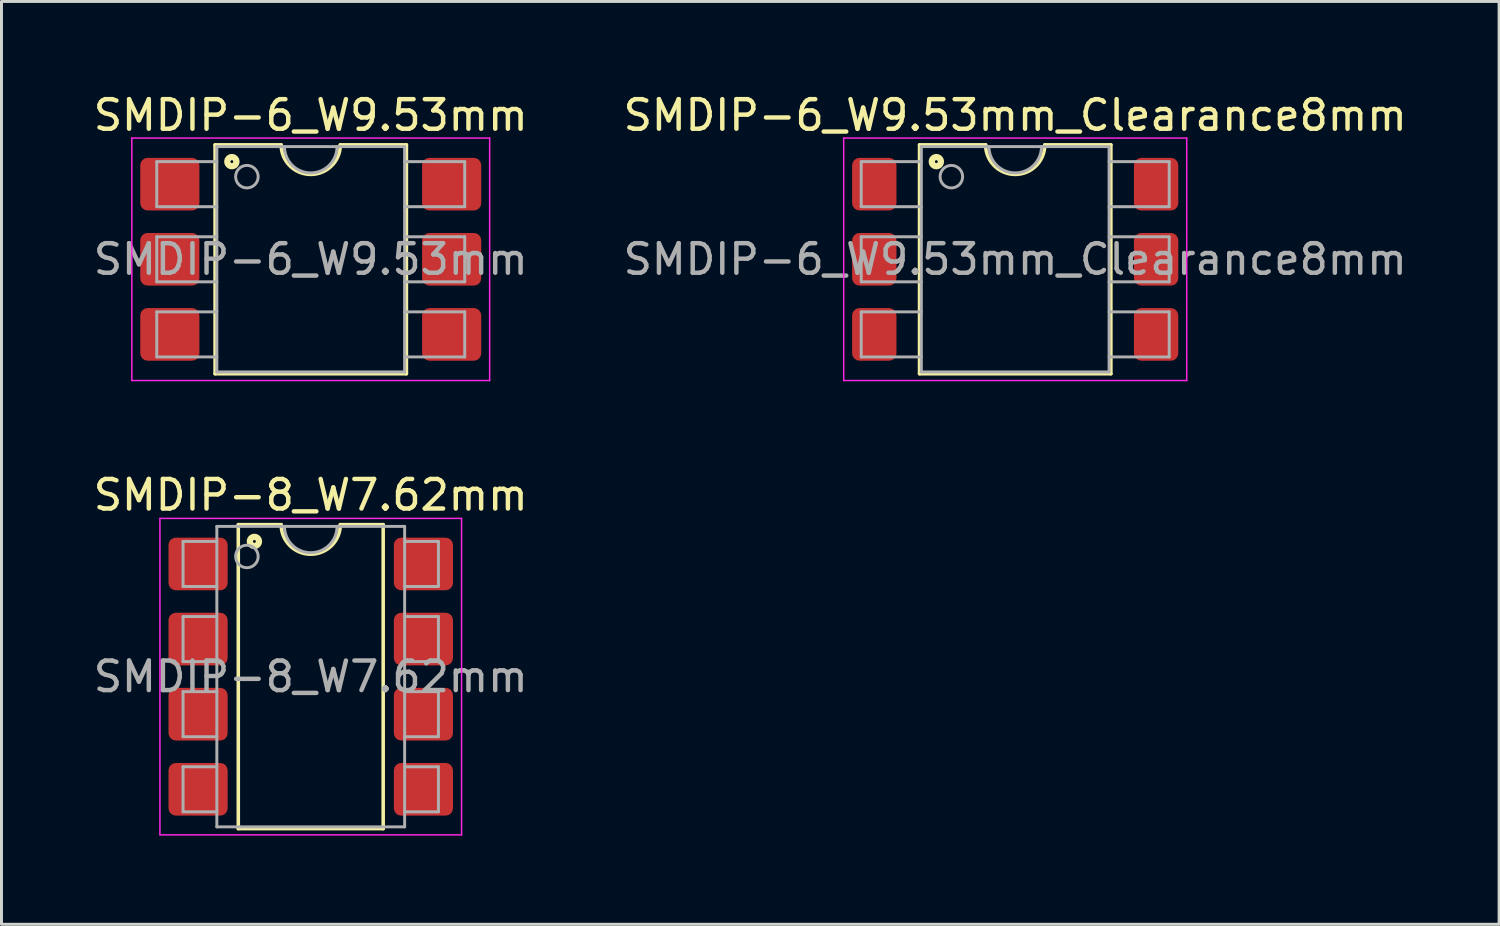
<source format=kicad_pcb>
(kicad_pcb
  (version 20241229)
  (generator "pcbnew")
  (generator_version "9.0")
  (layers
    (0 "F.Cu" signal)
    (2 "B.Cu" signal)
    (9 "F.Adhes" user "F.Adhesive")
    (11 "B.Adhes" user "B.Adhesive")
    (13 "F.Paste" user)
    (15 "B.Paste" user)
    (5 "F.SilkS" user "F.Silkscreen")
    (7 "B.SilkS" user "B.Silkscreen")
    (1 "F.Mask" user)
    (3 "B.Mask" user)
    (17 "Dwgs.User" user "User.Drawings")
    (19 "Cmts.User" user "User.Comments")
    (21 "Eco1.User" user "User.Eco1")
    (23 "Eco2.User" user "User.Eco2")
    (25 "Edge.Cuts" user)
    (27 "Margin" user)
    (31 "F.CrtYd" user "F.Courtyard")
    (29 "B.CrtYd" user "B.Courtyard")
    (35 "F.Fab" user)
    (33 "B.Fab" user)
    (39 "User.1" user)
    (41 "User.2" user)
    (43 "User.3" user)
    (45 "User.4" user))
  (footprint "SMDIP-6_W9.53mm"
    (layer "F.Cu")
    (at 7.458 5.718)
    (property "Reference" "SMDIP-6_W9.53mm" (at 0 -4.87 0) (layer "F.SilkS") (effects (font (size 1 1) (thickness 0.15))))
    (attr smd)
    (fp_line (start -3.235 -3.87) (end -3.235 3.87) (stroke (width 0.12) (type solid)) (layer "F.SilkS"))
    (fp_line (start -3.235 3.87) (end 3.235 3.87) (stroke (width 0.12) (type solid)) (layer "F.SilkS"))
    (fp_line (start -1 -3.87) (end -3.235 -3.87) (stroke (width 0.12) (type solid)) (layer "F.SilkS"))
    (fp_line (start 3.235 -3.87) (end 1 -3.87) (stroke (width 0.12) (type solid)) (layer "F.SilkS"))
    (fp_line (start 3.235 3.87) (end 3.235 -3.87) (stroke (width 0.12) (type solid)) (layer "F.SilkS"))
    (fp_arc (start 1 -3.87) (mid 0 -2.87) (end -1 -3.87) (stroke (width 0.12) (type solid)) (layer "F.SilkS"))
    (fp_circle (center -2.667 -3.302) (end -2.617 -3.302) (stroke (width 0.12) (type solid)) (fill no) (layer "F.SilkS"))
    (fp_circle (center -2.667 -3.302) (end -2.542 -3.302) (stroke (width 0.12) (type solid)) (fill no) (layer "F.SilkS"))
    (fp_circle (center -2.667 -3.302) (end -2.467 -3.302) (stroke (width 0.12) (type solid)) (fill no) (layer "F.SilkS"))
    (fp_line (start -6.05 -4.1) (end -6.05 4.1) (stroke (width 0.05) (type solid)) (layer "F.CrtYd"))
    (fp_line (start -6.05 4.1) (end 6.05 4.1) (stroke (width 0.05) (type solid)) (layer "F.CrtYd"))
    (fp_line (start 6.05 -4.1) (end -6.05 -4.1) (stroke (width 0.05) (type solid)) (layer "F.CrtYd"))
    (fp_line (start 6.05 4.1) (end 6.05 -4.1) (stroke (width 0.05) (type solid)) (layer "F.CrtYd"))
    (fp_line (start -5.207 -3.302) (end -5.207 -1.778) (stroke (width 0.1) (type solid)) (layer "F.Fab"))
    (fp_line (start -5.207 -3.302) (end -3.175 -3.302) (stroke (width 0.1) (type solid)) (layer "F.Fab"))
    (fp_line (start -5.207 -1.778) (end -3.175 -1.778) (stroke (width 0.1) (type solid)) (layer "F.Fab"))
    (fp_line (start -5.207 -0.762) (end -5.207 0.762) (stroke (width 0.1) (type solid)) (layer "F.Fab"))
    (fp_line (start -5.207 -0.762) (end -3.175 -0.762) (stroke (width 0.1) (type solid)) (layer "F.Fab"))
    (fp_line (start -5.207 0.762) (end -3.175 0.762) (stroke (width 0.1) (type solid)) (layer "F.Fab"))
    (fp_line (start -5.207 1.778) (end -5.207 3.302) (stroke (width 0.1) (type solid)) (layer "F.Fab"))
    (fp_line (start -5.207 1.778) (end -3.175 1.778) (stroke (width 0.1) (type solid)) (layer "F.Fab"))
    (fp_line (start -5.207 3.302) (end -3.175 3.302) (stroke (width 0.1) (type solid)) (layer "F.Fab"))
    (fp_line (start -3.175 -3.81) (end 3.175 -3.81) (stroke (width 0.1) (type solid)) (layer "F.Fab"))
    (fp_line (start -3.175 3.81) (end -3.175 -3.81) (stroke (width 0.1) (type solid)) (layer "F.Fab"))
    (fp_line (start 3.175 -3.81) (end 3.175 3.81) (stroke (width 0.1) (type solid)) (layer "F.Fab"))
    (fp_line (start 3.175 3.81) (end -3.175 3.81) (stroke (width 0.1) (type solid)) (layer "F.Fab"))
    (fp_line (start 5.207 -3.302) (end 3.175 -3.302) (stroke (width 0.1) (type solid)) (layer "F.Fab"))
    (fp_line (start 5.207 -1.778) (end 3.175 -1.778) (stroke (width 0.1) (type solid)) (layer "F.Fab"))
    (fp_line (start 5.207 -1.778) (end 5.207 -3.302) (stroke (width 0.1) (type solid)) (layer "F.Fab"))
    (fp_line (start 5.207 -0.762) (end 3.175 -0.762) (stroke (width 0.1) (type solid)) (layer "F.Fab"))
    (fp_line (start 5.207 0.762) (end 3.175 0.762) (stroke (width 0.1) (type solid)) (layer "F.Fab"))
    (fp_line (start 5.207 0.762) (end 5.207 -0.762) (stroke (width 0.1) (type solid)) (layer "F.Fab"))
    (fp_line (start 5.207 1.778) (end 3.175 1.778) (stroke (width 0.1) (type solid)) (layer "F.Fab"))
    (fp_line (start 5.207 3.302) (end 3.175 3.302) (stroke (width 0.1) (type solid)) (layer "F.Fab"))
    (fp_line (start 5.207 3.302) (end 5.207 1.778) (stroke (width 0.1) (type solid)) (layer "F.Fab"))
    (fp_arc (start 0.889 -3.81) (mid 0 -2.921) (end -0.889 -3.81) (stroke (width 0.1) (type solid)) (layer "F.Fab"))
    (fp_circle (center -2.159 -2.794) (end -1.778 -2.794) (stroke (width 0.1) (type solid)) (fill no) (layer "F.Fab"))
    (fp_text user "${REFERENCE}" (at 0 0 0) (layer "F.Fab") (effects (font (size 1 1) (thickness 0.15))))
    (pad "1" smd roundrect (at -4.765 -2.54) (size 2 1.78) (layers "F.Cu" "F.Mask" "F.Paste") (roundrect_rratio 0.14))
    (pad "2" smd roundrect (at -4.765 0) (size 2 1.78) (layers "F.Cu" "F.Mask" "F.Paste") (roundrect_rratio 0.14))
    (pad "3" smd roundrect (at -4.765 2.54) (size 2 1.78) (layers "F.Cu" "F.Mask" "F.Paste") (roundrect_rratio 0.14))
    (pad "4" smd roundrect (at 4.765 2.54) (size 2 1.78) (layers "F.Cu" "F.Mask" "F.Paste") (roundrect_rratio 0.14))
    (pad "5" smd roundrect (at 4.765 0) (size 2 1.78) (layers "F.Cu" "F.Mask" "F.Paste") (roundrect_rratio 0.14))
    (pad "6" smd roundrect (at 4.765 -2.54) (size 2 1.78) (layers "F.Cu" "F.Mask" "F.Paste") (roundrect_rratio 0.14)))
  (footprint "SMDIP-6_W9.53mm_Clearance8mm"
    (layer "F.Cu")
    (at 31.28 5.718)
    (property "Reference" "SMDIP-6_W9.53mm_Clearance8mm" (at 0 -4.87 0) (layer "F.SilkS") (effects (font (size 1 1) (thickness 0.15))))
    (attr smd)
    (fp_line (start -3.235 -3.87) (end -3.235 3.87) (stroke (width 0.12) (type solid)) (layer "F.SilkS"))
    (fp_line (start -3.235 3.87) (end 3.235 3.87) (stroke (width 0.12) (type solid)) (layer "F.SilkS"))
    (fp_line (start -1 -3.87) (end -3.235 -3.87) (stroke (width 0.12) (type solid)) (layer "F.SilkS"))
    (fp_line (start 3.235 -3.87) (end 1 -3.87) (stroke (width 0.12) (type solid)) (layer "F.SilkS"))
    (fp_line (start 3.235 3.87) (end 3.235 -3.87) (stroke (width 0.12) (type solid)) (layer "F.SilkS"))
    (fp_arc (start 1 -3.87) (mid 0 -2.87) (end -1 -3.87) (stroke (width 0.12) (type solid)) (layer "F.SilkS"))
    (fp_circle (center -2.667 -3.302) (end -2.617 -3.302) (stroke (width 0.12) (type solid)) (fill no) (layer "F.SilkS"))
    (fp_circle (center -2.667 -3.302) (end -2.542 -3.302) (stroke (width 0.12) (type solid)) (fill no) (layer "F.SilkS"))
    (fp_circle (center -2.667 -3.302) (end -2.467 -3.302) (stroke (width 0.12) (type solid)) (fill no) (layer "F.SilkS"))
    (fp_line (start -5.8 -4.1) (end -5.8 4.1) (stroke (width 0.05) (type solid)) (layer "F.CrtYd"))
    (fp_line (start -5.8 4.1) (end 5.8 4.1) (stroke (width 0.05) (type solid)) (layer "F.CrtYd"))
    (fp_line (start 5.8 -4.1) (end -5.8 -4.1) (stroke (width 0.05) (type solid)) (layer "F.CrtYd"))
    (fp_line (start 5.8 4.1) (end 5.8 -4.1) (stroke (width 0.05) (type solid)) (layer "F.CrtYd"))
    (fp_line (start -5.207 -3.302) (end -5.207 -1.778) (stroke (width 0.1) (type solid)) (layer "F.Fab"))
    (fp_line (start -5.207 -3.302) (end -3.175 -3.302) (stroke (width 0.1) (type solid)) (layer "F.Fab"))
    (fp_line (start -5.207 -1.778) (end -3.175 -1.778) (stroke (width 0.1) (type solid)) (layer "F.Fab"))
    (fp_line (start -5.207 -0.762) (end -5.207 0.762) (stroke (width 0.1) (type solid)) (layer "F.Fab"))
    (fp_line (start -5.207 -0.762) (end -3.175 -0.762) (stroke (width 0.1) (type solid)) (layer "F.Fab"))
    (fp_line (start -5.207 0.762) (end -3.175 0.762) (stroke (width 0.1) (type solid)) (layer "F.Fab"))
    (fp_line (start -5.207 1.778) (end -5.207 3.302) (stroke (width 0.1) (type solid)) (layer "F.Fab"))
    (fp_line (start -5.207 1.778) (end -3.175 1.778) (stroke (width 0.1) (type solid)) (layer "F.Fab"))
    (fp_line (start -5.207 3.302) (end -3.175 3.302) (stroke (width 0.1) (type solid)) (layer "F.Fab"))
    (fp_line (start -3.175 -3.81) (end 3.175 -3.81) (stroke (width 0.1) (type solid)) (layer "F.Fab"))
    (fp_line (start -3.175 3.81) (end -3.175 -3.81) (stroke (width 0.1) (type solid)) (layer "F.Fab"))
    (fp_line (start 3.175 -3.81) (end 3.175 3.81) (stroke (width 0.1) (type solid)) (layer "F.Fab"))
    (fp_line (start 3.175 3.81) (end -3.175 3.81) (stroke (width 0.1) (type solid)) (layer "F.Fab"))
    (fp_line (start 5.207 -3.302) (end 3.175 -3.302) (stroke (width 0.1) (type solid)) (layer "F.Fab"))
    (fp_line (start 5.207 -1.778) (end 3.175 -1.778) (stroke (width 0.1) (type solid)) (layer "F.Fab"))
    (fp_line (start 5.207 -1.778) (end 5.207 -3.302) (stroke (width 0.1) (type solid)) (layer "F.Fab"))
    (fp_line (start 5.207 -0.762) (end 3.175 -0.762) (stroke (width 0.1) (type solid)) (layer "F.Fab"))
    (fp_line (start 5.207 0.762) (end 3.175 0.762) (stroke (width 0.1) (type solid)) (layer "F.Fab"))
    (fp_line (start 5.207 0.762) (end 5.207 -0.762) (stroke (width 0.1) (type solid)) (layer "F.Fab"))
    (fp_line (start 5.207 1.778) (end 3.175 1.778) (stroke (width 0.1) (type solid)) (layer "F.Fab"))
    (fp_line (start 5.207 3.302) (end 3.175 3.302) (stroke (width 0.1) (type solid)) (layer "F.Fab"))
    (fp_line (start 5.207 3.302) (end 5.207 1.778) (stroke (width 0.1) (type solid)) (layer "F.Fab"))
    (fp_arc (start 0.889 -3.81) (mid 0 -2.921) (end -0.889 -3.81) (stroke (width 0.1) (type solid)) (layer "F.Fab"))
    (fp_circle (center -2.159 -2.794) (end -1.778 -2.794) (stroke (width 0.1) (type solid)) (fill no) (layer "F.Fab"))
    (fp_text user "${REFERENCE}" (at 0 0 0) (layer "F.Fab") (effects (font (size 1 1) (thickness 0.15))))
    (pad "1" smd roundrect (at -4.765 -2.54) (size 1.5 1.78) (layers "F.Cu" "F.Mask" "F.Paste") (roundrect_rratio 0.167))
    (pad "2" smd roundrect (at -4.765 0) (size 1.5 1.78) (layers "F.Cu" "F.Mask" "F.Paste") (roundrect_rratio 0.167))
    (pad "3" smd roundrect (at -4.765 2.54) (size 1.5 1.78) (layers "F.Cu" "F.Mask" "F.Paste") (roundrect_rratio 0.167))
    (pad "4" smd roundrect (at 4.765 2.54) (size 1.5 1.78) (layers "F.Cu" "F.Mask" "F.Paste") (roundrect_rratio 0.167))
    (pad "5" smd roundrect (at 4.765 0) (size 1.5 1.78) (layers "F.Cu" "F.Mask" "F.Paste") (roundrect_rratio 0.167))
    (pad "6" smd roundrect (at 4.765 -2.54) (size 1.5 1.78) (layers "F.Cu" "F.Mask" "F.Paste") (roundrect_rratio 0.167)))
  (footprint "SMDIP-8_W7.62mm"
    (layer "F.Cu")
    (at 7.458 19.831)
    (property "Reference" "SMDIP-8_W7.62mm" (at 0 -6.14 0) (layer "F.SilkS") (effects (font (size 1 1) (thickness 0.15))))
    (attr smd)
    (fp_line (start -2.45 -5.14) (end -2.45 5.14) (stroke (width 0.12) (type solid)) (layer "F.SilkS"))
    (fp_line (start -2.45 5.14) (end 2.45 5.14) (stroke (width 0.12) (type solid)) (layer "F.SilkS"))
    (fp_line (start -1 -5.14) (end -2.45 -5.14) (stroke (width 0.12) (type solid)) (layer "F.SilkS"))
    (fp_line (start 2.45 -5.14) (end 1 -5.14) (stroke (width 0.12) (type solid)) (layer "F.SilkS"))
    (fp_line (start 2.45 5.14) (end 2.45 -5.14) (stroke (width 0.12) (type solid)) (layer "F.SilkS"))
    (fp_arc (start 1 -5.14) (mid 0 -4.14) (end -1 -5.14) (stroke (width 0.12) (type solid)) (layer "F.SilkS"))
    (fp_circle (center -1.905 -4.572) (end -1.855 -4.572) (stroke (width 0.12) (type solid)) (fill no) (layer "F.SilkS"))
    (fp_circle (center -1.905 -4.572) (end -1.78 -4.572) (stroke (width 0.12) (type solid)) (fill no) (layer "F.SilkS"))
    (fp_circle (center -1.905 -4.572) (end -1.705 -4.572) (stroke (width 0.12) (type solid)) (fill no) (layer "F.SilkS"))
    (fp_line (start -5.1 -5.35) (end -5.1 5.35) (stroke (width 0.05) (type solid)) (layer "F.CrtYd"))
    (fp_line (start -5.1 5.35) (end 5.1 5.35) (stroke (width 0.05) (type solid)) (layer "F.CrtYd"))
    (fp_line (start 5.1 -5.35) (end -5.1 -5.35) (stroke (width 0.05) (type solid)) (layer "F.CrtYd"))
    (fp_line (start 5.1 5.35) (end 5.1 -5.35) (stroke (width 0.05) (type solid)) (layer "F.CrtYd"))
    (fp_line (start -4.318 -4.572) (end -4.318 -3.048) (stroke (width 0.1) (type solid)) (layer "F.Fab"))
    (fp_line (start -4.318 -4.572) (end -3.175 -4.572) (stroke (width 0.1) (type solid)) (layer "F.Fab"))
    (fp_line (start -4.318 -3.048) (end -3.175 -3.048) (stroke (width 0.1) (type solid)) (layer "F.Fab"))
    (fp_line (start -4.318 -2.032) (end -4.318 -0.508) (stroke (width 0.1) (type solid)) (layer "F.Fab"))
    (fp_line (start -4.318 -2.032) (end -3.175 -2.032) (stroke (width 0.1) (type solid)) (layer "F.Fab"))
    (fp_line (start -4.318 -0.508) (end -3.175 -0.508) (stroke (width 0.1) (type solid)) (layer "F.Fab"))
    (fp_line (start -4.318 0.508) (end -4.318 2.032) (stroke (width 0.1) (type solid)) (layer "F.Fab"))
    (fp_line (start -4.318 0.508) (end -3.175 0.508) (stroke (width 0.1) (type solid)) (layer "F.Fab"))
    (fp_line (start -4.318 2.032) (end -3.175 2.032) (stroke (width 0.1) (type solid)) (layer "F.Fab"))
    (fp_line (start -4.318 3.048) (end -4.318 4.572) (stroke (width 0.1) (type solid)) (layer "F.Fab"))
    (fp_line (start -4.318 3.048) (end -3.175 3.048) (stroke (width 0.1) (type solid)) (layer "F.Fab"))
    (fp_line (start -4.318 4.572) (end -3.175 4.572) (stroke (width 0.1) (type solid)) (layer "F.Fab"))
    (fp_line (start -3.175 -5.08) (end 3.175 -5.08) (stroke (width 0.1) (type solid)) (layer "F.Fab"))
    (fp_line (start -3.175 5.08) (end -3.175 -5.08) (stroke (width 0.1) (type solid)) (layer "F.Fab"))
    (fp_line (start 3.175 -5.08) (end 3.175 5.08) (stroke (width 0.1) (type solid)) (layer "F.Fab"))
    (fp_line (start 3.175 5.08) (end -3.175 5.08) (stroke (width 0.1) (type solid)) (layer "F.Fab"))
    (fp_line (start 4.318 -4.572) (end 3.175 -4.572) (stroke (width 0.1) (type solid)) (layer "F.Fab"))
    (fp_line (start 4.318 -3.048) (end 3.175 -3.048) (stroke (width 0.1) (type solid)) (layer "F.Fab"))
    (fp_line (start 4.318 -3.048) (end 4.318 -4.572) (stroke (width 0.1) (type solid)) (layer "F.Fab"))
    (fp_line (start 4.318 -2.032) (end 3.175 -2.032) (stroke (width 0.1) (type solid)) (layer "F.Fab"))
    (fp_line (start 4.318 -0.508) (end 3.175 -0.508) (stroke (width 0.1) (type solid)) (layer "F.Fab"))
    (fp_line (start 4.318 -0.508) (end 4.318 -2.032) (stroke (width 0.1) (type solid)) (layer "F.Fab"))
    (fp_line (start 4.318 0.508) (end 3.175 0.508) (stroke (width 0.1) (type solid)) (layer "F.Fab"))
    (fp_line (start 4.318 2.032) (end 3.175 2.032) (stroke (width 0.1) (type solid)) (layer "F.Fab"))
    (fp_line (start 4.318 2.032) (end 4.318 0.508) (stroke (width 0.1) (type solid)) (layer "F.Fab"))
    (fp_line (start 4.318 3.048) (end 3.175 3.048) (stroke (width 0.1) (type solid)) (layer "F.Fab"))
    (fp_line (start 4.318 4.572) (end 3.175 4.572) (stroke (width 0.1) (type solid)) (layer "F.Fab"))
    (fp_line (start 4.318 4.572) (end 4.318 3.048) (stroke (width 0.1) (type solid)) (layer "F.Fab"))
    (fp_arc (start 0.889 -5.08) (mid 0 -4.191) (end -0.889 -5.08) (stroke (width 0.1) (type solid)) (layer "F.Fab"))
    (fp_circle (center -2.159 -4.064) (end -1.778 -4.064) (stroke (width 0.1) (type solid)) (fill no) (layer "F.Fab"))
    (fp_text user "${REFERENCE}" (at 0 0 0) (layer "F.Fab") (effects (font (size 1 1) (thickness 0.15))))
    (pad "1" smd roundrect (at -3.81 -3.81) (size 2 1.78) (layers "F.Cu" "F.Mask" "F.Paste") (roundrect_rratio 0.14))
    (pad "2" smd roundrect (at -3.81 -1.27) (size 2 1.78) (layers "F.Cu" "F.Mask" "F.Paste") (roundrect_rratio 0.14))
    (pad "3" smd roundrect (at -3.81 1.27) (size 2 1.78) (layers "F.Cu" "F.Mask" "F.Paste") (roundrect_rratio 0.14))
    (pad "4" smd roundrect (at -3.81 3.81) (size 2 1.78) (layers "F.Cu" "F.Mask" "F.Paste") (roundrect_rratio 0.14))
    (pad "5" smd roundrect (at 3.81 3.81) (size 2 1.78) (layers "F.Cu" "F.Mask" "F.Paste") (roundrect_rratio 0.14))
    (pad "6" smd roundrect (at 3.81 1.27) (size 2 1.78) (layers "F.Cu" "F.Mask" "F.Paste") (roundrect_rratio 0.14))
    (pad "7" smd roundrect (at 3.81 -1.27) (size 2 1.78) (layers "F.Cu" "F.Mask" "F.Paste") (roundrect_rratio 0.14))
    (pad "8" smd roundrect (at 3.81 -3.81) (size 2 1.78) (layers "F.Cu" "F.Mask" "F.Paste") (roundrect_rratio 0.14)))
  (gr_rect
    (start -3 -3)
    (end 47.643 28.206)
    (stroke (width 0.1) (type default))
    (fill no)
    (layer "Edge.Cuts")))
</source>
